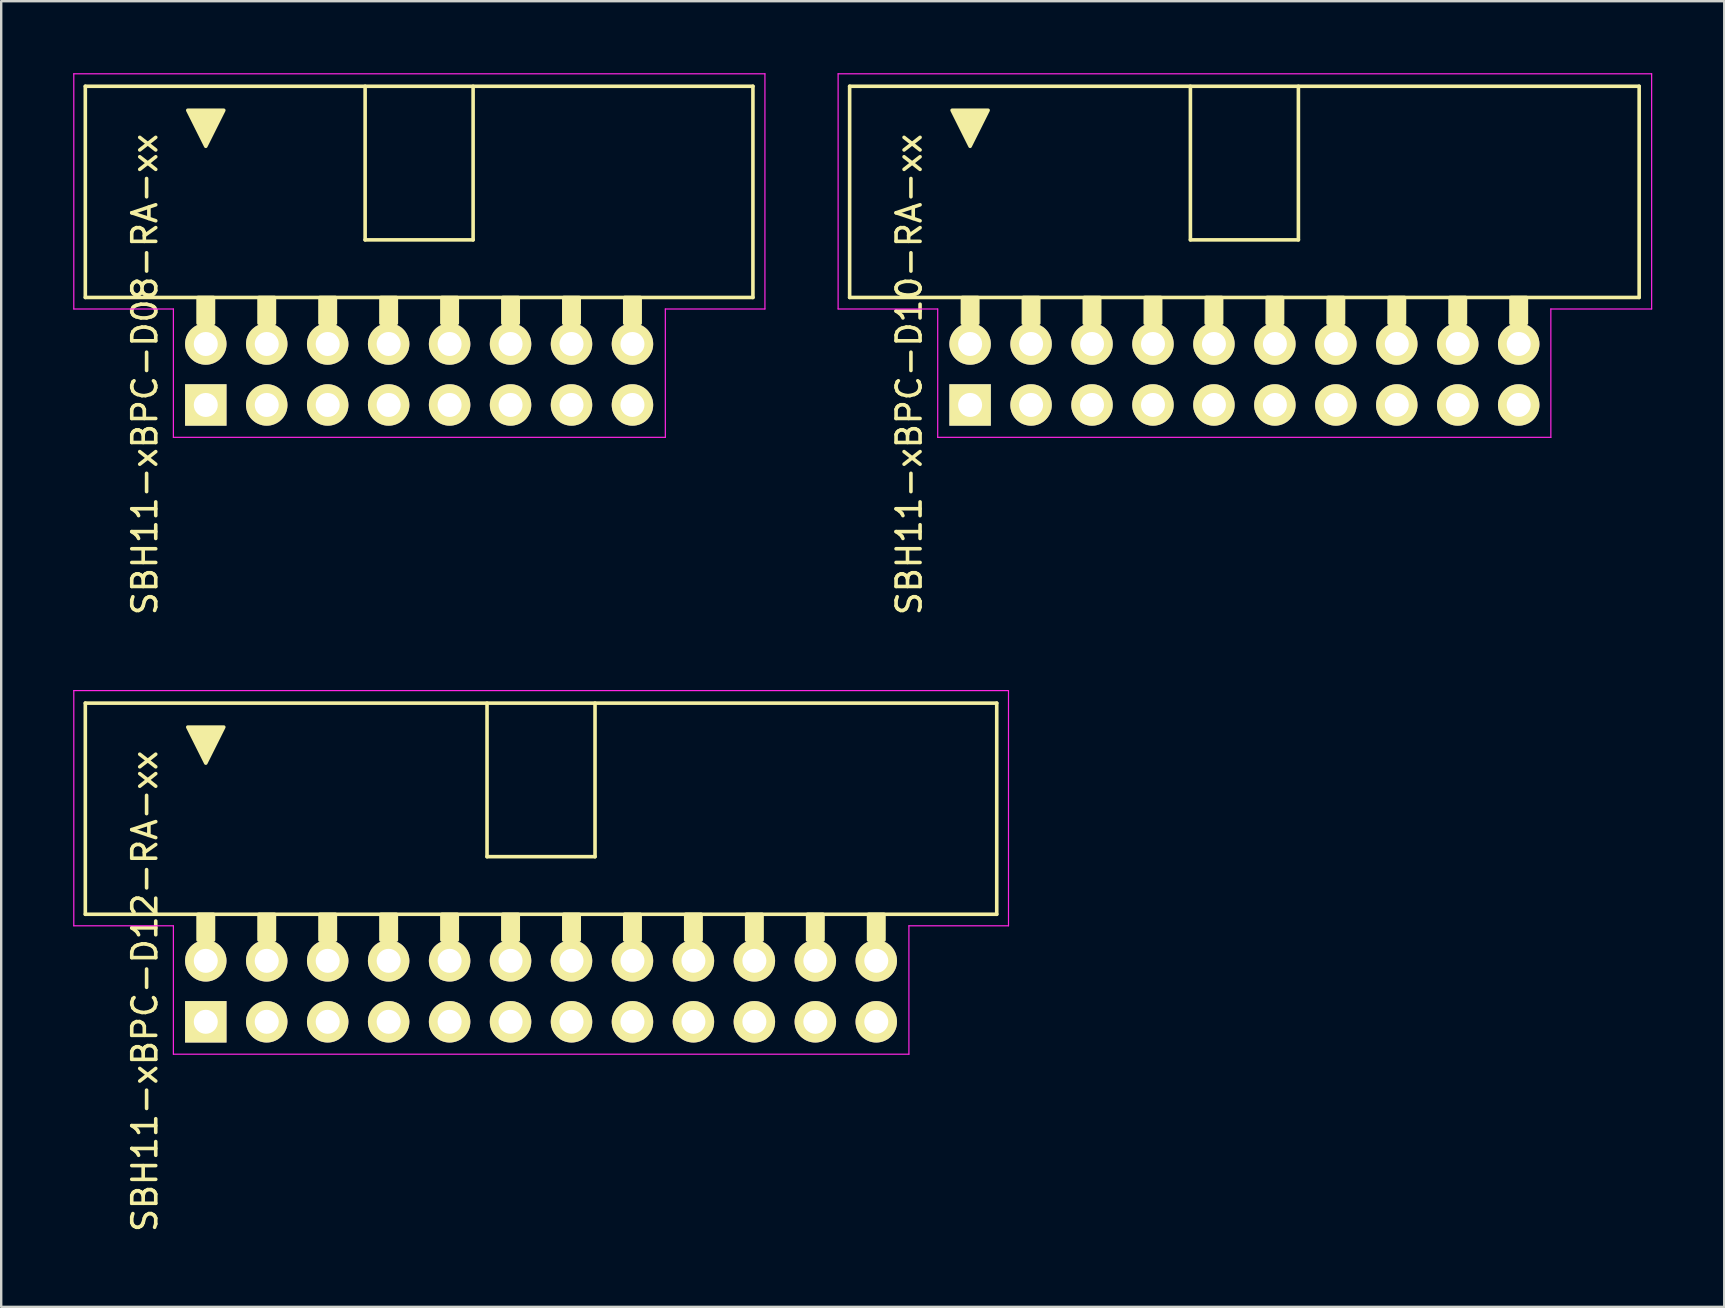
<source format=kicad_pcb>
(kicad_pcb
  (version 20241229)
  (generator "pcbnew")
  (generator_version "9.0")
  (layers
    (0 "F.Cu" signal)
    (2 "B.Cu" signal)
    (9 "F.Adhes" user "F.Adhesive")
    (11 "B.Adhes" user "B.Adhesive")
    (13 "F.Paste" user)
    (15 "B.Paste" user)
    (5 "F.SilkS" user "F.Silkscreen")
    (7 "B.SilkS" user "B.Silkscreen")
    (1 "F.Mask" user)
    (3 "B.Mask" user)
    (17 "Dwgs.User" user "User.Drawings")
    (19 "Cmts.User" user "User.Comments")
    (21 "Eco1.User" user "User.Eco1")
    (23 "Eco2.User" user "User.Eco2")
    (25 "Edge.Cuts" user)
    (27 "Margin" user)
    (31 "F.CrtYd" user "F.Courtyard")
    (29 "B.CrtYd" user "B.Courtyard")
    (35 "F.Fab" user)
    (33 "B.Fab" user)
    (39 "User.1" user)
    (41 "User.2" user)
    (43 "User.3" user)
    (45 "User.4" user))
  (footprint "SBH11-xBPC-D10-RA-xx"
    (layer "F.Cu")
    (at 37.375 13.825)
    (property "Reference" "SBH11-xBPC-D10-RA-xx" (at -2.54 -1.27 270) (layer "F.SilkS") (effects (font (size 1 1) (thickness 0.15))))
    (attr through_hole)
    (fp_line (start -5.02 -13.28) (end -5.02 -4.48) (stroke (width 0.15) (type solid)) (layer "F.SilkS"))
    (fp_line (start -5.02 -13.28) (end 27.88 -13.28) (stroke (width 0.15) (type solid)) (layer "F.SilkS"))
    (fp_line (start -5.02 -4.48) (end 27.88 -4.48) (stroke (width 0.15) (type solid)) (layer "F.SilkS"))
    (fp_line (start 9.18 -6.88) (end 9.18 -13.28) (stroke (width 0.15) (type solid)) (layer "F.SilkS"))
    (fp_line (start 9.18 -6.88) (end 13.68 -6.88) (stroke (width 0.15) (type solid)) (layer "F.SilkS"))
    (fp_line (start 13.68 -6.88) (end 13.68 -13.28) (stroke (width 0.15) (type solid)) (layer "F.SilkS"))
    (fp_line (start 27.88 -13.28) (end 27.88 -4.48) (stroke (width 0.15) (type solid)) (layer "F.SilkS"))
    (fp_poly (pts (xy 0 -10.78) (xy -0.75 -12.28) (xy 0.75 -12.28)) (stroke (width 0.15) (type solid)) (fill yes) (layer "F.SilkS"))
    (fp_poly (pts (xy 0.32 -4.48) (xy -0.32 -4.48) (xy -0.32 -3.404) (xy 0.32 -3.404)) (stroke (width 0.15) (type solid)) (fill yes) (layer "F.SilkS"))
    (fp_poly (pts (xy 2.86 -4.48) (xy 2.22 -4.48) (xy 2.22 -3.404) (xy 2.86 -3.404)) (stroke (width 0.15) (type solid)) (fill yes) (layer "F.SilkS"))
    (fp_poly (pts (xy 5.4 -4.48) (xy 4.76 -4.48) (xy 4.76 -3.404) (xy 5.4 -3.404)) (stroke (width 0.15) (type solid)) (fill yes) (layer "F.SilkS"))
    (fp_poly (pts (xy 7.94 -4.48) (xy 7.3 -4.48) (xy 7.3 -3.404) (xy 7.94 -3.404)) (stroke (width 0.15) (type solid)) (fill yes) (layer "F.SilkS"))
    (fp_poly (pts (xy 10.48 -4.48) (xy 9.84 -4.48) (xy 9.84 -3.404) (xy 10.48 -3.404)) (stroke (width 0.15) (type solid)) (fill yes) (layer "F.SilkS"))
    (fp_poly (pts (xy 13.02 -4.48) (xy 12.38 -4.48) (xy 12.38 -3.404) (xy 13.02 -3.404)) (stroke (width 0.15) (type solid)) (fill yes) (layer "F.SilkS"))
    (fp_poly (pts (xy 15.56 -4.48) (xy 14.92 -4.48) (xy 14.92 -3.404) (xy 15.56 -3.404)) (stroke (width 0.15) (type solid)) (fill yes) (layer "F.SilkS"))
    (fp_poly (pts (xy 18.1 -4.48) (xy 17.46 -4.48) (xy 17.46 -3.404) (xy 18.1 -3.404)) (stroke (width 0.15) (type solid)) (fill yes) (layer "F.SilkS"))
    (fp_poly (pts (xy 20.64 -4.48) (xy 20 -4.48) (xy 20 -3.404) (xy 20.64 -3.404)) (stroke (width 0.15) (type solid)) (fill yes) (layer "F.SilkS"))
    (fp_poly (pts (xy 23.18 -4.48) (xy 22.54 -4.48) (xy 22.54 -3.404) (xy 23.18 -3.404)) (stroke (width 0.15) (type solid)) (fill yes) (layer "F.SilkS"))
    (fp_line (start -5.5 -13.8) (end -5.5 -4) (stroke (width 0.05) (type solid)) (layer "F.CrtYd"))
    (fp_line (start -5.5 -13.8) (end 28.4 -13.8) (stroke (width 0.05) (type solid)) (layer "F.CrtYd"))
    (fp_line (start -5.5 -4) (end -1.35 -4) (stroke (width 0.05) (type solid)) (layer "F.CrtYd"))
    (fp_line (start -1.35 -4) (end -1.35 1.35) (stroke (width 0.05) (type solid)) (layer "F.CrtYd"))
    (fp_line (start -1.35 1.35) (end 24.2 1.35) (stroke (width 0.05) (type solid)) (layer "F.CrtYd"))
    (fp_line (start 24.2 -4) (end 24.2 1.35) (stroke (width 0.05) (type solid)) (layer "F.CrtYd"))
    (fp_line (start 28.4 -13.8) (end 28.4 -4) (stroke (width 0.05) (type solid)) (layer "F.CrtYd"))
    (fp_line (start 28.4 -4) (end 24.2 -4) (stroke (width 0.05) (type solid)) (layer "F.CrtYd"))
    (pad "1" thru_hole rect (at 0 0) (size 1.727 1.727) (drill 1) (layers "*.Cu" "*.Mask" "F.SilkS"))
    (pad "2" thru_hole circle (at 0 -2.54) (size 1.727 1.727) (drill 1) (layers "*.Cu" "*.Mask" "F.SilkS"))
    (pad "3" thru_hole circle (at 2.54 0) (size 1.727 1.727) (drill 1) (layers "*.Cu" "*.Mask" "F.SilkS"))
    (pad "4" thru_hole circle (at 2.54 -2.54) (size 1.727 1.727) (drill 1) (layers "*.Cu" "*.Mask" "F.SilkS"))
    (pad "5" thru_hole circle (at 5.08 0) (size 1.727 1.727) (drill 1) (layers "*.Cu" "*.Mask" "F.SilkS"))
    (pad "6" thru_hole circle (at 5.08 -2.54) (size 1.727 1.727) (drill 1) (layers "*.Cu" "*.Mask" "F.SilkS"))
    (pad "7" thru_hole circle (at 7.62 0) (size 1.727 1.727) (drill 1) (layers "*.Cu" "*.Mask" "F.SilkS"))
    (pad "8" thru_hole circle (at 7.62 -2.54) (size 1.727 1.727) (drill 1) (layers "*.Cu" "*.Mask" "F.SilkS"))
    (pad "9" thru_hole circle (at 10.16 0) (size 1.727 1.727) (drill 1) (layers "*.Cu" "*.Mask" "F.SilkS"))
    (pad "10" thru_hole circle (at 10.16 -2.54) (size 1.727 1.727) (drill 1) (layers "*.Cu" "*.Mask" "F.SilkS"))
    (pad "11" thru_hole circle (at 12.7 0) (size 1.727 1.727) (drill 1) (layers "*.Cu" "*.Mask" "F.SilkS"))
    (pad "12" thru_hole circle (at 12.7 -2.54) (size 1.727 1.727) (drill 1) (layers "*.Cu" "*.Mask" "F.SilkS"))
    (pad "13" thru_hole circle (at 15.24 0) (size 1.727 1.727) (drill 1) (layers "*.Cu" "*.Mask" "F.SilkS"))
    (pad "14" thru_hole circle (at 15.24 -2.54) (size 1.727 1.727) (drill 1) (layers "*.Cu" "*.Mask" "F.SilkS"))
    (pad "15" thru_hole circle (at 17.78 0) (size 1.727 1.727) (drill 1) (layers "*.Cu" "*.Mask" "F.SilkS"))
    (pad "16" thru_hole circle (at 17.78 -2.54) (size 1.727 1.727) (drill 1) (layers "*.Cu" "*.Mask" "F.SilkS"))
    (pad "17" thru_hole circle (at 20.32 0) (size 1.727 1.727) (drill 1) (layers "*.Cu" "*.Mask" "F.SilkS"))
    (pad "18" thru_hole circle (at 20.32 -2.54) (size 1.727 1.727) (drill 1) (layers "*.Cu" "*.Mask" "F.SilkS"))
    (pad "19" thru_hole circle (at 22.86 0) (size 1.727 1.727) (drill 1) (layers "*.Cu" "*.Mask" "F.SilkS"))
    (pad "20" thru_hole circle (at 22.86 -2.54) (size 1.727 1.727) (drill 1) (layers "*.Cu" "*.Mask" "F.SilkS")))
  (footprint "SBH11-xBPC-D08-RA-xx"
    (layer "F.Cu")
    (at 5.525 13.825)
    (property "Reference" "SBH11-xBPC-D08-RA-xx" (at -2.54 -1.27 270) (layer "F.SilkS") (effects (font (size 1 1) (thickness 0.15))))
    (attr through_hole)
    (fp_line (start -5.02 -13.28) (end -5.02 -4.48) (stroke (width 0.15) (type solid)) (layer "F.SilkS"))
    (fp_line (start -5.02 -13.28) (end 22.8 -13.28) (stroke (width 0.15) (type solid)) (layer "F.SilkS"))
    (fp_line (start -5.02 -4.48) (end 22.8 -4.48) (stroke (width 0.15) (type solid)) (layer "F.SilkS"))
    (fp_line (start 6.64 -6.88) (end 6.64 -13.28) (stroke (width 0.15) (type solid)) (layer "F.SilkS"))
    (fp_line (start 6.64 -6.88) (end 11.14 -6.88) (stroke (width 0.15) (type solid)) (layer "F.SilkS"))
    (fp_line (start 11.14 -6.88) (end 11.14 -13.28) (stroke (width 0.15) (type solid)) (layer "F.SilkS"))
    (fp_line (start 22.8 -13.28) (end 22.8 -4.48) (stroke (width 0.15) (type solid)) (layer "F.SilkS"))
    (fp_poly (pts (xy 0 -10.78) (xy -0.75 -12.28) (xy 0.75 -12.28)) (stroke (width 0.15) (type solid)) (fill yes) (layer "F.SilkS"))
    (fp_poly (pts (xy 0.32 -4.48) (xy -0.32 -4.48) (xy -0.32 -3.404) (xy 0.32 -3.404)) (stroke (width 0.15) (type solid)) (fill yes) (layer "F.SilkS"))
    (fp_poly (pts (xy 2.86 -4.48) (xy 2.22 -4.48) (xy 2.22 -3.404) (xy 2.86 -3.404)) (stroke (width 0.15) (type solid)) (fill yes) (layer "F.SilkS"))
    (fp_poly (pts (xy 5.4 -4.48) (xy 4.76 -4.48) (xy 4.76 -3.404) (xy 5.4 -3.404)) (stroke (width 0.15) (type solid)) (fill yes) (layer "F.SilkS"))
    (fp_poly (pts (xy 7.94 -4.48) (xy 7.3 -4.48) (xy 7.3 -3.404) (xy 7.94 -3.404)) (stroke (width 0.15) (type solid)) (fill yes) (layer "F.SilkS"))
    (fp_poly (pts (xy 10.48 -4.48) (xy 9.84 -4.48) (xy 9.84 -3.404) (xy 10.48 -3.404)) (stroke (width 0.15) (type solid)) (fill yes) (layer "F.SilkS"))
    (fp_poly (pts (xy 13.02 -4.48) (xy 12.38 -4.48) (xy 12.38 -3.404) (xy 13.02 -3.404)) (stroke (width 0.15) (type solid)) (fill yes) (layer "F.SilkS"))
    (fp_poly (pts (xy 15.56 -4.48) (xy 14.92 -4.48) (xy 14.92 -3.404) (xy 15.56 -3.404)) (stroke (width 0.15) (type solid)) (fill yes) (layer "F.SilkS"))
    (fp_poly (pts (xy 18.1 -4.48) (xy 17.46 -4.48) (xy 17.46 -3.404) (xy 18.1 -3.404)) (stroke (width 0.15) (type solid)) (fill yes) (layer "F.SilkS"))
    (fp_line (start -5.5 -13.8) (end -5.5 -4) (stroke (width 0.05) (type solid)) (layer "F.CrtYd"))
    (fp_line (start -5.5 -13.8) (end 23.3 -13.8) (stroke (width 0.05) (type solid)) (layer "F.CrtYd"))
    (fp_line (start -5.5 -4) (end -1.35 -4) (stroke (width 0.05) (type solid)) (layer "F.CrtYd"))
    (fp_line (start -1.35 -4) (end -1.35 1.35) (stroke (width 0.05) (type solid)) (layer "F.CrtYd"))
    (fp_line (start -1.35 1.35) (end 19.15 1.35) (stroke (width 0.05) (type solid)) (layer "F.CrtYd"))
    (fp_line (start 19.15 -4) (end 19.15 1.35) (stroke (width 0.05) (type solid)) (layer "F.CrtYd"))
    (fp_line (start 23.3 -13.8) (end 23.3 -4) (stroke (width 0.05) (type solid)) (layer "F.CrtYd"))
    (fp_line (start 23.3 -4) (end 19.15 -4) (stroke (width 0.05) (type solid)) (layer "F.CrtYd"))
    (pad "1" thru_hole rect (at 0 0) (size 1.727 1.727) (drill 1) (layers "*.Cu" "*.Mask" "F.SilkS"))
    (pad "2" thru_hole circle (at 0 -2.54) (size 1.727 1.727) (drill 1) (layers "*.Cu" "*.Mask" "F.SilkS"))
    (pad "3" thru_hole circle (at 2.54 0) (size 1.727 1.727) (drill 1) (layers "*.Cu" "*.Mask" "F.SilkS"))
    (pad "4" thru_hole circle (at 2.54 -2.54) (size 1.727 1.727) (drill 1) (layers "*.Cu" "*.Mask" "F.SilkS"))
    (pad "5" thru_hole circle (at 5.08 0) (size 1.727 1.727) (drill 1) (layers "*.Cu" "*.Mask" "F.SilkS"))
    (pad "6" thru_hole circle (at 5.08 -2.54) (size 1.727 1.727) (drill 1) (layers "*.Cu" "*.Mask" "F.SilkS"))
    (pad "7" thru_hole circle (at 7.62 0) (size 1.727 1.727) (drill 1) (layers "*.Cu" "*.Mask" "F.SilkS"))
    (pad "8" thru_hole circle (at 7.62 -2.54) (size 1.727 1.727) (drill 1) (layers "*.Cu" "*.Mask" "F.SilkS"))
    (pad "9" thru_hole circle (at 10.16 0) (size 1.727 1.727) (drill 1) (layers "*.Cu" "*.Mask" "F.SilkS"))
    (pad "10" thru_hole circle (at 10.16 -2.54) (size 1.727 1.727) (drill 1) (layers "*.Cu" "*.Mask" "F.SilkS"))
    (pad "11" thru_hole circle (at 12.7 0) (size 1.727 1.727) (drill 1) (layers "*.Cu" "*.Mask" "F.SilkS"))
    (pad "12" thru_hole circle (at 12.7 -2.54) (size 1.727 1.727) (drill 1) (layers "*.Cu" "*.Mask" "F.SilkS"))
    (pad "13" thru_hole circle (at 15.24 0) (size 1.727 1.727) (drill 1) (layers "*.Cu" "*.Mask" "F.SilkS"))
    (pad "14" thru_hole circle (at 15.24 -2.54) (size 1.727 1.727) (drill 1) (layers "*.Cu" "*.Mask" "F.SilkS"))
    (pad "15" thru_hole circle (at 17.78 0) (size 1.727 1.727) (drill 1) (layers "*.Cu" "*.Mask" "F.SilkS"))
    (pad "16" thru_hole circle (at 17.78 -2.54) (size 1.727 1.727) (drill 1) (layers "*.Cu" "*.Mask" "F.SilkS")))
  (footprint "SBH11-xBPC-D12-RA-xx"
    (layer "F.Cu")
    (at 5.525 39.529)
    (property "Reference" "SBH11-xBPC-D12-RA-xx" (at -2.54 -1.27 270) (layer "F.SilkS") (effects (font (size 1 1) (thickness 0.15))))
    (attr through_hole)
    (fp_line (start -5.02 -13.28) (end -5.02 -4.48) (stroke (width 0.15) (type solid)) (layer "F.SilkS"))
    (fp_line (start -5.02 -13.28) (end 32.96 -13.28) (stroke (width 0.15) (type solid)) (layer "F.SilkS"))
    (fp_line (start -5.02 -4.48) (end 32.96 -4.48) (stroke (width 0.15) (type solid)) (layer "F.SilkS"))
    (fp_line (start 11.72 -6.88) (end 11.72 -13.28) (stroke (width 0.15) (type solid)) (layer "F.SilkS"))
    (fp_line (start 11.72 -6.88) (end 16.22 -6.88) (stroke (width 0.15) (type solid)) (layer "F.SilkS"))
    (fp_line (start 16.22 -6.88) (end 16.22 -13.28) (stroke (width 0.15) (type solid)) (layer "F.SilkS"))
    (fp_line (start 32.96 -13.28) (end 32.96 -4.48) (stroke (width 0.15) (type solid)) (layer "F.SilkS"))
    (fp_poly (pts (xy 0 -10.78) (xy -0.75 -12.28) (xy 0.75 -12.28)) (stroke (width 0.15) (type solid)) (fill yes) (layer "F.SilkS"))
    (fp_poly (pts (xy 0.32 -4.48) (xy -0.32 -4.48) (xy -0.32 -3.404) (xy 0.32 -3.404)) (stroke (width 0.15) (type solid)) (fill yes) (layer "F.SilkS"))
    (fp_poly (pts (xy 2.86 -4.48) (xy 2.22 -4.48) (xy 2.22 -3.404) (xy 2.86 -3.404)) (stroke (width 0.15) (type solid)) (fill yes) (layer "F.SilkS"))
    (fp_poly (pts (xy 5.4 -4.48) (xy 4.76 -4.48) (xy 4.76 -3.404) (xy 5.4 -3.404)) (stroke (width 0.15) (type solid)) (fill yes) (layer "F.SilkS"))
    (fp_poly (pts (xy 7.94 -4.48) (xy 7.3 -4.48) (xy 7.3 -3.404) (xy 7.94 -3.404)) (stroke (width 0.15) (type solid)) (fill yes) (layer "F.SilkS"))
    (fp_poly (pts (xy 10.48 -4.48) (xy 9.84 -4.48) (xy 9.84 -3.404) (xy 10.48 -3.404)) (stroke (width 0.15) (type solid)) (fill yes) (layer "F.SilkS"))
    (fp_poly (pts (xy 13.02 -4.48) (xy 12.38 -4.48) (xy 12.38 -3.404) (xy 13.02 -3.404)) (stroke (width 0.15) (type solid)) (fill yes) (layer "F.SilkS"))
    (fp_poly (pts (xy 15.56 -4.48) (xy 14.92 -4.48) (xy 14.92 -3.404) (xy 15.56 -3.404)) (stroke (width 0.15) (type solid)) (fill yes) (layer "F.SilkS"))
    (fp_poly (pts (xy 18.1 -4.48) (xy 17.46 -4.48) (xy 17.46 -3.404) (xy 18.1 -3.404)) (stroke (width 0.15) (type solid)) (fill yes) (layer "F.SilkS"))
    (fp_poly (pts (xy 20.64 -4.48) (xy 20 -4.48) (xy 20 -3.404) (xy 20.64 -3.404)) (stroke (width 0.15) (type solid)) (fill yes) (layer "F.SilkS"))
    (fp_poly (pts (xy 23.18 -4.48) (xy 22.54 -4.48) (xy 22.54 -3.404) (xy 23.18 -3.404)) (stroke (width 0.15) (type solid)) (fill yes) (layer "F.SilkS"))
    (fp_poly (pts (xy 25.72 -4.48) (xy 25.08 -4.48) (xy 25.08 -3.404) (xy 25.72 -3.404)) (stroke (width 0.15) (type solid)) (fill yes) (layer "F.SilkS"))
    (fp_poly (pts (xy 28.26 -4.48) (xy 27.62 -4.48) (xy 27.62 -3.404) (xy 28.26 -3.404)) (stroke (width 0.15) (type solid)) (fill yes) (layer "F.SilkS"))
    (fp_line (start -5.5 -13.8) (end -5.5 -4) (stroke (width 0.05) (type solid)) (layer "F.CrtYd"))
    (fp_line (start -5.5 -13.8) (end 33.45 -13.8) (stroke (width 0.05) (type solid)) (layer "F.CrtYd"))
    (fp_line (start -5.5 -4) (end -1.35 -4) (stroke (width 0.05) (type solid)) (layer "F.CrtYd"))
    (fp_line (start -1.35 -4) (end -1.35 1.35) (stroke (width 0.05) (type solid)) (layer "F.CrtYd"))
    (fp_line (start -1.35 1.35) (end 29.3 1.35) (stroke (width 0.05) (type solid)) (layer "F.CrtYd"))
    (fp_line (start 29.3 -4) (end 29.3 1.35) (stroke (width 0.05) (type solid)) (layer "F.CrtYd"))
    (fp_line (start 33.45 -13.8) (end 33.45 -4) (stroke (width 0.05) (type solid)) (layer "F.CrtYd"))
    (fp_line (start 33.45 -4) (end 29.3 -4) (stroke (width 0.05) (type solid)) (layer "F.CrtYd"))
    (pad "1" thru_hole rect (at 0 0) (size 1.727 1.727) (drill 1) (layers "*.Cu" "*.Mask" "F.SilkS"))
    (pad "2" thru_hole circle (at 0 -2.54) (size 1.727 1.727) (drill 1) (layers "*.Cu" "*.Mask" "F.SilkS"))
    (pad "3" thru_hole circle (at 2.54 0) (size 1.727 1.727) (drill 1) (layers "*.Cu" "*.Mask" "F.SilkS"))
    (pad "4" thru_hole circle (at 2.54 -2.54) (size 1.727 1.727) (drill 1) (layers "*.Cu" "*.Mask" "F.SilkS"))
    (pad "5" thru_hole circle (at 5.08 0) (size 1.727 1.727) (drill 1) (layers "*.Cu" "*.Mask" "F.SilkS"))
    (pad "6" thru_hole circle (at 5.08 -2.54) (size 1.727 1.727) (drill 1) (layers "*.Cu" "*.Mask" "F.SilkS"))
    (pad "7" thru_hole circle (at 7.62 0) (size 1.727 1.727) (drill 1) (layers "*.Cu" "*.Mask" "F.SilkS"))
    (pad "8" thru_hole circle (at 7.62 -2.54) (size 1.727 1.727) (drill 1) (layers "*.Cu" "*.Mask" "F.SilkS"))
    (pad "9" thru_hole circle (at 10.16 0) (size 1.727 1.727) (drill 1) (layers "*.Cu" "*.Mask" "F.SilkS"))
    (pad "10" thru_hole circle (at 10.16 -2.54) (size 1.727 1.727) (drill 1) (layers "*.Cu" "*.Mask" "F.SilkS"))
    (pad "11" thru_hole circle (at 12.7 0) (size 1.727 1.727) (drill 1) (layers "*.Cu" "*.Mask" "F.SilkS"))
    (pad "12" thru_hole circle (at 12.7 -2.54) (size 1.727 1.727) (drill 1) (layers "*.Cu" "*.Mask" "F.SilkS"))
    (pad "13" thru_hole circle (at 15.24 0) (size 1.727 1.727) (drill 1) (layers "*.Cu" "*.Mask" "F.SilkS"))
    (pad "14" thru_hole circle (at 15.24 -2.54) (size 1.727 1.727) (drill 1) (layers "*.Cu" "*.Mask" "F.SilkS"))
    (pad "15" thru_hole circle (at 17.78 0) (size 1.727 1.727) (drill 1) (layers "*.Cu" "*.Mask" "F.SilkS"))
    (pad "16" thru_hole circle (at 17.78 -2.54) (size 1.727 1.727) (drill 1) (layers "*.Cu" "*.Mask" "F.SilkS"))
    (pad "17" thru_hole circle (at 20.32 0) (size 1.727 1.727) (drill 1) (layers "*.Cu" "*.Mask" "F.SilkS"))
    (pad "18" thru_hole circle (at 20.32 -2.54) (size 1.727 1.727) (drill 1) (layers "*.Cu" "*.Mask" "F.SilkS"))
    (pad "19" thru_hole circle (at 22.86 0) (size 1.727 1.727) (drill 1) (layers "*.Cu" "*.Mask" "F.SilkS"))
    (pad "20" thru_hole circle (at 22.86 -2.54) (size 1.727 1.727) (drill 1) (layers "*.Cu" "*.Mask" "F.SilkS"))
    (pad "21" thru_hole circle (at 25.4 0) (size 1.727 1.727) (drill 1) (layers "*.Cu" "*.Mask" "F.SilkS"))
    (pad "22" thru_hole circle (at 25.4 -2.54) (size 1.727 1.727) (drill 1) (layers "*.Cu" "*.Mask" "F.SilkS"))
    (pad "23" thru_hole circle (at 27.94 0) (size 1.727 1.727) (drill 1) (layers "*.Cu" "*.Mask" "F.SilkS"))
    (pad "24" thru_hole circle (at 27.94 -2.54) (size 1.727 1.727) (drill 1) (layers "*.Cu" "*.Mask" "F.SilkS")))
  (gr_rect
    (start -3 -3)
    (end 68.8 51.408)
    (stroke (width 0.1) (type default))
    (fill no)
    (layer "Edge.Cuts")))
</source>
